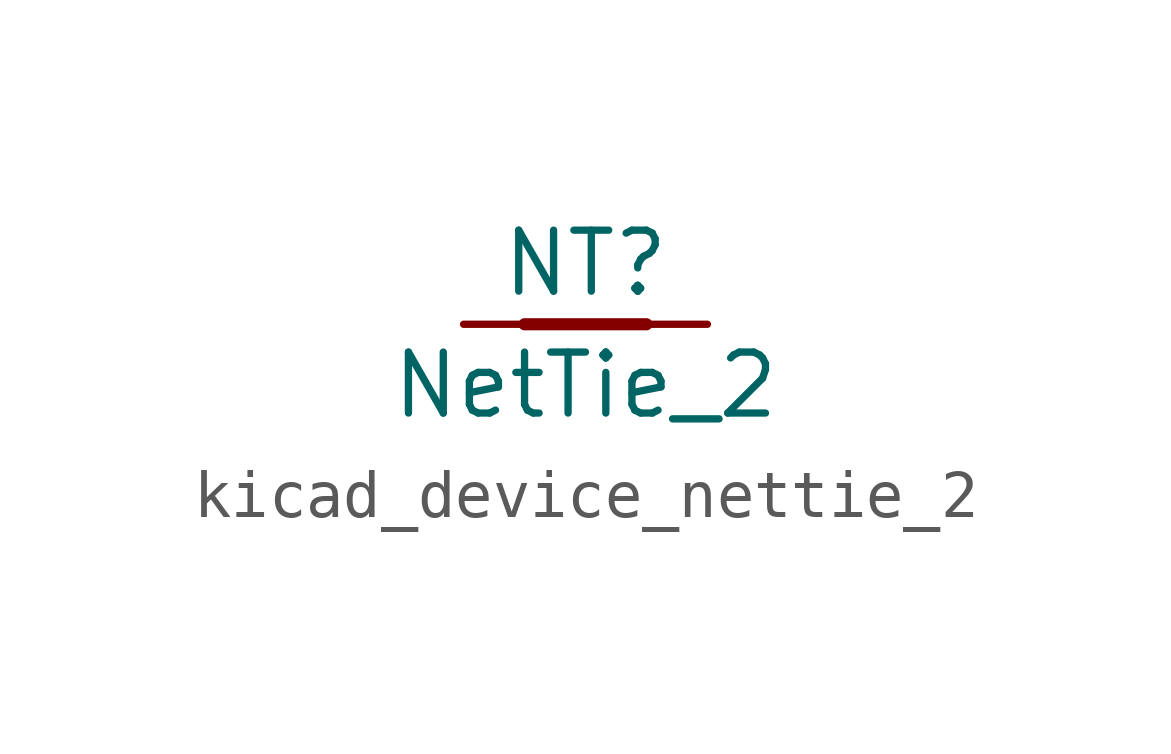
<source format=kicad_sym>
(kicad_symbol_lib
  (version 20220914)
  (generator kicad_symbol_editor)
  (symbol "kicad_device_nettie_2"
    (pin_numbers hide)
    (pin_names
      (offset 0) hide)
    (property "Reference" "NT"
      (at 0 1.27 0)
      (effects (font (size 1.27 1.27))))
    (property "Value" "NetTie_2"
      (at 0 -1.27 0)
      (effects (font (size 1.27 1.27))))
    (symbol "kicad_device_nettie_2_0_1"
      (polyline (pts (xy -1.27 0) (xy 1.27 0)) (stroke (width 0.254) (type default)) (fill (type none))))
    (symbol "kicad_device_nettie_2_1_1"
      (pin passive line (at -2.54 0 0) (length 2.54) (name "1" (effects (font (size 1.27 1.27)))) (number "1" (effects (font (size 1.27 1.27)))))
      (pin passive line (at 2.54 0 180) (length 2.54) (name "2" (effects (font (size 1.27 1.27)))) (number "2" (effects (font (size 1.27 1.27))))))))
</source>
